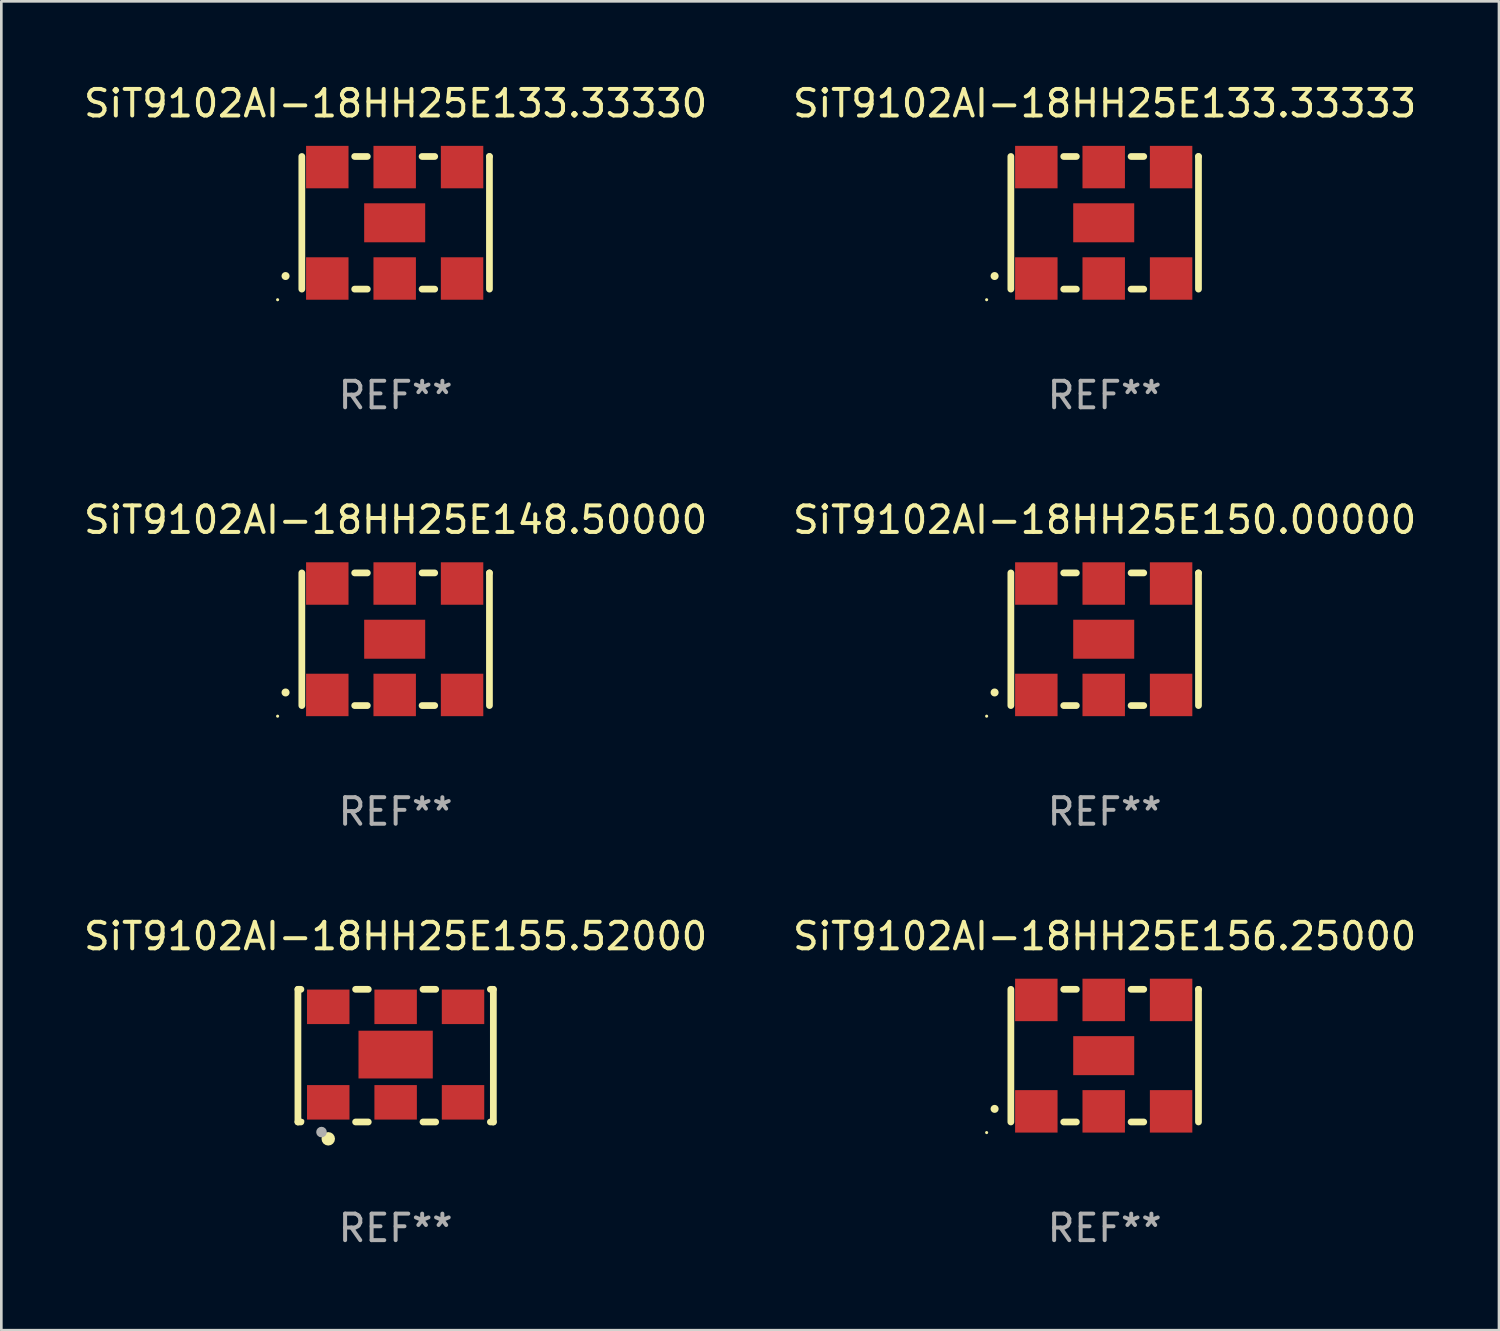
<source format=kicad_pcb>
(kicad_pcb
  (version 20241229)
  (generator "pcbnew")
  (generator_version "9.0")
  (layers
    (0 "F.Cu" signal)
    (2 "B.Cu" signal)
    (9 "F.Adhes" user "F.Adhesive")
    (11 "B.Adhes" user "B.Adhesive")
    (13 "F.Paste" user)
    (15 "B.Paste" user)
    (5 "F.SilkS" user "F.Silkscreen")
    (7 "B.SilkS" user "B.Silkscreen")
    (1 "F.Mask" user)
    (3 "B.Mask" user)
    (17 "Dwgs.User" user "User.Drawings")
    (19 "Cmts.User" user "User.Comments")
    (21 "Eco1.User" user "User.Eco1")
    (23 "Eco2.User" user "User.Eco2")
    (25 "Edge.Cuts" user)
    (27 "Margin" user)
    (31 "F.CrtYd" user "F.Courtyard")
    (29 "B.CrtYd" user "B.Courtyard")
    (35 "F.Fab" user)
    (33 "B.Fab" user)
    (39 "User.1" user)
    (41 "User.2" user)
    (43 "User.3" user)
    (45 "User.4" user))
  (footprint "SiT9102AI-18HH25E156.25000"
    (layer "F.Cu")
    (at 38.589 36.741)
    (property "Reference" "SiT9102AI-18HH25E156.25000" (at 0 -4.5 0) (layer "F.SilkS") (effects (font (size 1 1) (thickness 0.15))))
    (attr through_hole)
    (fp_line (start -3.536 -2.5) (end -3.536 2.5) (stroke (width 0.254) (type solid)) (layer "F.SilkS"))
    (fp_line (start -1.544 2.5) (end -1.067 2.5) (stroke (width 0.254) (type solid)) (layer "F.SilkS"))
    (fp_line (start -1.067 -2.5) (end -1.544 -2.5) (stroke (width 0.254) (type solid)) (layer "F.SilkS"))
    (fp_line (start 0.996 2.5) (end 1.473 2.5) (stroke (width 0.254) (type solid)) (layer "F.SilkS"))
    (fp_line (start 1.473 -2.5) (end 0.996 -2.5) (stroke (width 0.254) (type solid)) (layer "F.SilkS"))
    (fp_line (start 3.536 -2.5) (end 3.536 -2.5) (stroke (width 0.254) (type solid)) (layer "F.SilkS"))
    (fp_line (start 3.536 2.5) (end 3.536 -2.5) (stroke (width 0.254) (type solid)) (layer "F.SilkS"))
    (fp_arc (start -4.150432 2.006604) (mid -4.149162 2.006599) (end -4.147892 2.006604) (stroke (width 0.3) (type solid)) (layer "F.SilkS"))
    (fp_circle (center -4.449 2.9) (end -4.419 2.9) (stroke (width 0.06) (type solid)) (fill no) (layer "F.SilkS"))
    (fp_text user "REF**" (at 0 6.5 0) (layer "F.Fab") (effects (font (size 1 1) (thickness 0.15))))
    (pad "1" smd rect (at -2.576 2.1) (size 1.6 1.6) (layers "F.Cu" "F.Mask" "F.Paste"))
    (pad "2" smd rect (at -0.036 2.1) (size 1.6 1.6) (layers "F.Cu" "F.Mask" "F.Paste"))
    (pad "3" smd rect (at 2.504 2.1) (size 1.6 1.6) (layers "F.Cu" "F.Mask" "F.Paste"))
    (pad "4" smd rect (at 2.504 -2.1) (size 1.6 1.6) (layers "F.Cu" "F.Mask" "F.Paste"))
    (pad "5" smd rect (at -0.036 -2.1) (size 1.6 1.6) (layers "F.Cu" "F.Mask" "F.Paste"))
    (pad "6" smd rect (at -2.576 -2.1) (size 1.6 1.6) (layers "F.Cu" "F.Mask" "F.Paste"))
    (pad "7" smd rect (at -0.036 0) (size 2.3 1.47) (layers "F.Cu" "F.Mask" "F.Paste")))
  (footprint "SiT9102AI-18HH25E133.33333"
    (layer "F.Cu")
    (at 38.589 5.348)
    (property "Reference" "SiT9102AI-18HH25E133.33333" (at 0 -4.5 0) (layer "F.SilkS") (effects (font (size 1 1) (thickness 0.15))))
    (attr through_hole)
    (fp_line (start -3.536 -2.5) (end -3.536 2.5) (stroke (width 0.254) (type solid)) (layer "F.SilkS"))
    (fp_line (start -1.544 2.5) (end -1.067 2.5) (stroke (width 0.254) (type solid)) (layer "F.SilkS"))
    (fp_line (start -1.067 -2.5) (end -1.544 -2.5) (stroke (width 0.254) (type solid)) (layer "F.SilkS"))
    (fp_line (start 0.996 2.5) (end 1.473 2.5) (stroke (width 0.254) (type solid)) (layer "F.SilkS"))
    (fp_line (start 1.473 -2.5) (end 0.996 -2.5) (stroke (width 0.254) (type solid)) (layer "F.SilkS"))
    (fp_line (start 3.536 -2.5) (end 3.536 -2.5) (stroke (width 0.254) (type solid)) (layer "F.SilkS"))
    (fp_line (start 3.536 2.5) (end 3.536 -2.5) (stroke (width 0.254) (type solid)) (layer "F.SilkS"))
    (fp_arc (start -4.150432 2.006604) (mid -4.149162 2.006599) (end -4.147892 2.006604) (stroke (width 0.3) (type solid)) (layer "F.SilkS"))
    (fp_circle (center -4.449 2.9) (end -4.419 2.9) (stroke (width 0.06) (type solid)) (fill no) (layer "F.SilkS"))
    (fp_text user "REF**" (at 0 6.5 0) (layer "F.Fab") (effects (font (size 1 1) (thickness 0.15))))
    (pad "1" smd rect (at -2.576 2.1) (size 1.6 1.6) (layers "F.Cu" "F.Mask" "F.Paste"))
    (pad "2" smd rect (at -0.036 2.1) (size 1.6 1.6) (layers "F.Cu" "F.Mask" "F.Paste"))
    (pad "3" smd rect (at 2.504 2.1) (size 1.6 1.6) (layers "F.Cu" "F.Mask" "F.Paste"))
    (pad "4" smd rect (at 2.504 -2.1) (size 1.6 1.6) (layers "F.Cu" "F.Mask" "F.Paste"))
    (pad "5" smd rect (at -0.036 -2.1) (size 1.6 1.6) (layers "F.Cu" "F.Mask" "F.Paste"))
    (pad "6" smd rect (at -2.576 -2.1) (size 1.6 1.6) (layers "F.Cu" "F.Mask" "F.Paste"))
    (pad "7" smd rect (at -0.036 0) (size 2.3 1.47) (layers "F.Cu" "F.Mask" "F.Paste")))
  (footprint "SiT9102AI-18HH25E133.33330"
    (layer "F.Cu")
    (at 11.863 5.348)
    (property "Reference" "SiT9102AI-18HH25E133.33330" (at 0 -4.5 0) (layer "F.SilkS") (effects (font (size 1 1) (thickness 0.15))))
    (attr through_hole)
    (fp_line (start -3.536 -2.5) (end -3.536 2.5) (stroke (width 0.254) (type solid)) (layer "F.SilkS"))
    (fp_line (start -1.544 2.5) (end -1.067 2.5) (stroke (width 0.254) (type solid)) (layer "F.SilkS"))
    (fp_line (start -1.067 -2.5) (end -1.544 -2.5) (stroke (width 0.254) (type solid)) (layer "F.SilkS"))
    (fp_line (start 0.996 2.5) (end 1.473 2.5) (stroke (width 0.254) (type solid)) (layer "F.SilkS"))
    (fp_line (start 1.473 -2.5) (end 0.996 -2.5) (stroke (width 0.254) (type solid)) (layer "F.SilkS"))
    (fp_line (start 3.536 -2.5) (end 3.536 -2.5) (stroke (width 0.254) (type solid)) (layer "F.SilkS"))
    (fp_line (start 3.536 2.5) (end 3.536 -2.5) (stroke (width 0.254) (type solid)) (layer "F.SilkS"))
    (fp_arc (start -4.150432 2.006604) (mid -4.149162 2.006599) (end -4.147892 2.006604) (stroke (width 0.3) (type solid)) (layer "F.SilkS"))
    (fp_circle (center -4.449 2.9) (end -4.419 2.9) (stroke (width 0.06) (type solid)) (fill no) (layer "F.SilkS"))
    (fp_text user "REF**" (at 0 6.5 0) (layer "F.Fab") (effects (font (size 1 1) (thickness 0.15))))
    (pad "1" smd rect (at -2.576 2.1) (size 1.6 1.6) (layers "F.Cu" "F.Mask" "F.Paste"))
    (pad "2" smd rect (at -0.036 2.1) (size 1.6 1.6) (layers "F.Cu" "F.Mask" "F.Paste"))
    (pad "3" smd rect (at 2.504 2.1) (size 1.6 1.6) (layers "F.Cu" "F.Mask" "F.Paste"))
    (pad "4" smd rect (at 2.504 -2.1) (size 1.6 1.6) (layers "F.Cu" "F.Mask" "F.Paste"))
    (pad "5" smd rect (at -0.036 -2.1) (size 1.6 1.6) (layers "F.Cu" "F.Mask" "F.Paste"))
    (pad "6" smd rect (at -2.576 -2.1) (size 1.6 1.6) (layers "F.Cu" "F.Mask" "F.Paste"))
    (pad "7" smd rect (at -0.036 0) (size 2.3 1.47) (layers "F.Cu" "F.Mask" "F.Paste")))
  (footprint "SiT9102AI-18HH25E155.52000"
    (layer "F.Cu")
    (at 11.863 36.741)
    (property "Reference" "SiT9102AI-18HH25E155.52000" (at 0 -4.5 0) (layer "F.SilkS") (effects (font (size 1 1) (thickness 0.15))))
    (attr through_hole)
    (fp_line (start -3.683 -2.5) (end -3.571 -2.5) (stroke (width 0.254) (type solid)) (layer "F.SilkS"))
    (fp_line (start -3.683 2.5) (end -3.683 -2.5) (stroke (width 0.254) (type solid)) (layer "F.SilkS"))
    (fp_line (start -3.683 2.5) (end -3.571 2.5) (stroke (width 0.254) (type solid)) (layer "F.SilkS"))
    (fp_line (start -1.509 -2.5) (end -1.031 -2.5) (stroke (width 0.254) (type solid)) (layer "F.SilkS"))
    (fp_line (start -1.509 2.5) (end -1.031 2.5) (stroke (width 0.254) (type solid)) (layer "F.SilkS"))
    (fp_line (start 1.031 -2.5) (end 1.509 -2.5) (stroke (width 0.254) (type solid)) (layer "F.SilkS"))
    (fp_line (start 1.031 2.5) (end 1.509 2.5) (stroke (width 0.254) (type solid)) (layer "F.SilkS"))
    (fp_line (start 3.571 -2.5) (end 3.683 -2.5) (stroke (width 0.254) (type solid)) (layer "F.SilkS"))
    (fp_line (start 3.571 2.5) (end 3.683 2.5) (stroke (width 0.254) (type solid)) (layer "F.SilkS"))
    (fp_line (start 3.683 2.5) (end 3.683 -2.5) (stroke (width 0.254) (type solid)) (layer "F.SilkS"))
    (fp_circle (center -3.5 2.46) (end -3.47 2.46) (stroke (width 0.06) (type solid)) (fill no) (layer "F.SilkS"))
    (fp_circle (center -2.54 3.135) (end -2.413 3.135) (stroke (width 0.254) (type solid)) (fill no) (layer "F.SilkS"))
    (fp_circle (center -2.794 2.881) (end -2.694 2.881) (stroke (width 0.2) (type solid)) (fill no) (layer "F.Fab"))
    (fp_text user "REF**" (at 0 6.5 0) (layer "F.Fab") (effects (font (size 1 1) (thickness 0.15))))
    (pad "1" smd rect (at -2.54 1.76) (size 1.6 1.3) (layers "F.Cu" "F.Mask" "F.Paste"))
    (pad "2" smd rect (at 0 1.76) (size 1.6 1.3) (layers "F.Cu" "F.Mask" "F.Paste"))
    (pad "3" smd rect (at 2.54 1.76) (size 1.6 1.3) (layers "F.Cu" "F.Mask" "F.Paste"))
    (pad "4" smd rect (at 2.54 -1.84) (size 1.6 1.3) (layers "F.Cu" "F.Mask" "F.Paste"))
    (pad "5" smd rect (at 0 -1.84) (size 1.6 1.3) (layers "F.Cu" "F.Mask" "F.Paste"))
    (pad "6" smd rect (at -2.54 -1.84) (size 1.6 1.3) (layers "F.Cu" "F.Mask" "F.Paste"))
    (pad "7" smd rect (at 0 -0.04) (size 2.8 1.8) (layers "F.Cu" "F.Mask" "F.Paste")))
  (footprint "SiT9102AI-18HH25E148.50000"
    (layer "F.Cu")
    (at 11.863 21.045)
    (property "Reference" "SiT9102AI-18HH25E148.50000" (at 0 -4.5 0) (layer "F.SilkS") (effects (font (size 1 1) (thickness 0.15))))
    (attr through_hole)
    (fp_line (start -3.536 -2.5) (end -3.536 2.5) (stroke (width 0.254) (type solid)) (layer "F.SilkS"))
    (fp_line (start -1.544 2.5) (end -1.067 2.5) (stroke (width 0.254) (type solid)) (layer "F.SilkS"))
    (fp_line (start -1.067 -2.5) (end -1.544 -2.5) (stroke (width 0.254) (type solid)) (layer "F.SilkS"))
    (fp_line (start 0.996 2.5) (end 1.473 2.5) (stroke (width 0.254) (type solid)) (layer "F.SilkS"))
    (fp_line (start 1.473 -2.5) (end 0.996 -2.5) (stroke (width 0.254) (type solid)) (layer "F.SilkS"))
    (fp_line (start 3.536 -2.5) (end 3.536 -2.5) (stroke (width 0.254) (type solid)) (layer "F.SilkS"))
    (fp_line (start 3.536 2.5) (end 3.536 -2.5) (stroke (width 0.254) (type solid)) (layer "F.SilkS"))
    (fp_arc (start -4.150432 2.006604) (mid -4.149162 2.006599) (end -4.147892 2.006604) (stroke (width 0.3) (type solid)) (layer "F.SilkS"))
    (fp_circle (center -4.449 2.9) (end -4.419 2.9) (stroke (width 0.06) (type solid)) (fill no) (layer "F.SilkS"))
    (fp_text user "REF**" (at 0 6.5 0) (layer "F.Fab") (effects (font (size 1 1) (thickness 0.15))))
    (pad "1" smd rect (at -2.576 2.1) (size 1.6 1.6) (layers "F.Cu" "F.Mask" "F.Paste"))
    (pad "2" smd rect (at -0.036 2.1) (size 1.6 1.6) (layers "F.Cu" "F.Mask" "F.Paste"))
    (pad "3" smd rect (at 2.504 2.1) (size 1.6 1.6) (layers "F.Cu" "F.Mask" "F.Paste"))
    (pad "4" smd rect (at 2.504 -2.1) (size 1.6 1.6) (layers "F.Cu" "F.Mask" "F.Paste"))
    (pad "5" smd rect (at -0.036 -2.1) (size 1.6 1.6) (layers "F.Cu" "F.Mask" "F.Paste"))
    (pad "6" smd rect (at -2.576 -2.1) (size 1.6 1.6) (layers "F.Cu" "F.Mask" "F.Paste"))
    (pad "7" smd rect (at -0.036 0) (size 2.3 1.47) (layers "F.Cu" "F.Mask" "F.Paste")))
  (footprint "SiT9102AI-18HH25E150.00000"
    (layer "F.Cu")
    (at 38.589 21.045)
    (property "Reference" "SiT9102AI-18HH25E150.00000" (at 0 -4.5 0) (layer "F.SilkS") (effects (font (size 1 1) (thickness 0.15))))
    (attr through_hole)
    (fp_line (start -3.536 -2.5) (end -3.536 2.5) (stroke (width 0.254) (type solid)) (layer "F.SilkS"))
    (fp_line (start -1.544 2.5) (end -1.067 2.5) (stroke (width 0.254) (type solid)) (layer "F.SilkS"))
    (fp_line (start -1.067 -2.5) (end -1.544 -2.5) (stroke (width 0.254) (type solid)) (layer "F.SilkS"))
    (fp_line (start 0.996 2.5) (end 1.473 2.5) (stroke (width 0.254) (type solid)) (layer "F.SilkS"))
    (fp_line (start 1.473 -2.5) (end 0.996 -2.5) (stroke (width 0.254) (type solid)) (layer "F.SilkS"))
    (fp_line (start 3.536 -2.5) (end 3.536 -2.5) (stroke (width 0.254) (type solid)) (layer "F.SilkS"))
    (fp_line (start 3.536 2.5) (end 3.536 -2.5) (stroke (width 0.254) (type solid)) (layer "F.SilkS"))
    (fp_arc (start -4.150432 2.006604) (mid -4.149162 2.006599) (end -4.147892 2.006604) (stroke (width 0.3) (type solid)) (layer "F.SilkS"))
    (fp_circle (center -4.449 2.9) (end -4.419 2.9) (stroke (width 0.06) (type solid)) (fill no) (layer "F.SilkS"))
    (fp_text user "REF**" (at 0 6.5 0) (layer "F.Fab") (effects (font (size 1 1) (thickness 0.15))))
    (pad "1" smd rect (at -2.576 2.1) (size 1.6 1.6) (layers "F.Cu" "F.Mask" "F.Paste"))
    (pad "2" smd rect (at -0.036 2.1) (size 1.6 1.6) (layers "F.Cu" "F.Mask" "F.Paste"))
    (pad "3" smd rect (at 2.504 2.1) (size 1.6 1.6) (layers "F.Cu" "F.Mask" "F.Paste"))
    (pad "4" smd rect (at 2.504 -2.1) (size 1.6 1.6) (layers "F.Cu" "F.Mask" "F.Paste"))
    (pad "5" smd rect (at -0.036 -2.1) (size 1.6 1.6) (layers "F.Cu" "F.Mask" "F.Paste"))
    (pad "6" smd rect (at -2.576 -2.1) (size 1.6 1.6) (layers "F.Cu" "F.Mask" "F.Paste"))
    (pad "7" smd rect (at -0.036 0) (size 2.3 1.47) (layers "F.Cu" "F.Mask" "F.Paste")))
  (gr_rect
    (start -3 -3)
    (end 53.452 47.09)
    (stroke (width 0.1) (type default))
    (fill no)
    (layer "Edge.Cuts")))
</source>
